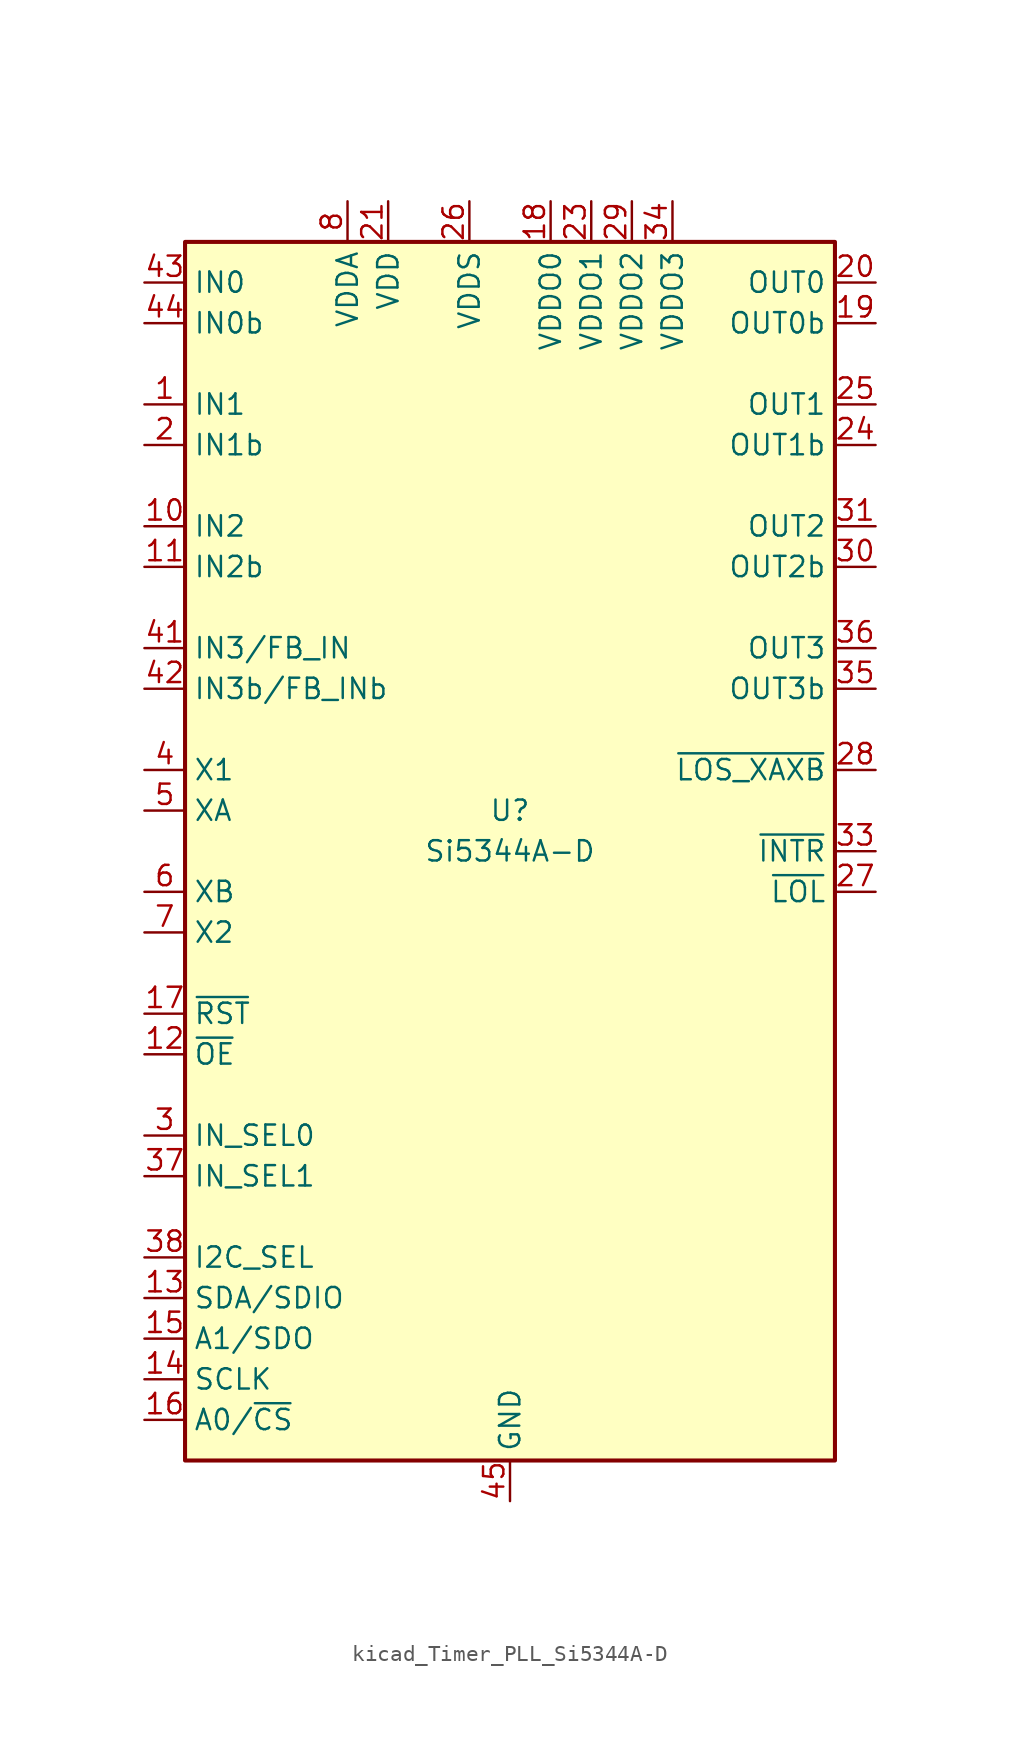
<source format=kicad_sym>
(kicad_symbol_lib
  (version 20220914)
  (generator kicad_symbol_editor)
  (symbol "kicad_Timer_PLL_Si5344A-D"
    (property "Reference" "U"
      (at 0 2.54 0)
      (effects (font (size 1.27 1.27))))
    (property "Value" "Si5344A-D"
      (at 0 0 0)
      (effects (font (size 1.27 1.27))))
    (symbol "kicad_Timer_PLL_Si5344A-D_0_1"
      (rectangle (start -20.32 38.1) (end 20.32 -38.1) (stroke (width 0.254) (type default)) (fill (type background))))
    (symbol "kicad_Timer_PLL_Si5344A-D_1_1"
      (pin input line (at -22.86 27.94 0) (length 2.54) (name "IN1" (effects (font (size 1.27 1.27)))) (number "1" (effects (font (size 1.27 1.27)))))
      (pin input line (at -22.86 20.32 0) (length 2.54) (name "IN2" (effects (font (size 1.27 1.27)))) (number "10" (effects (font (size 1.27 1.27)))))
      (pin input line (at -22.86 17.78 0) (length 2.54) (name "IN2b" (effects (font (size 1.27 1.27)))) (number "11" (effects (font (size 1.27 1.27)))))
      (pin input line (at -22.86 -12.7 0) (length 2.54) (name "~{OE}" (effects (font (size 1.27 1.27)))) (number "12" (effects (font (size 1.27 1.27)))))
      (pin bidirectional line (at -22.86 -27.94 0) (length 2.54) (name "SDA/SDIO" (effects (font (size 1.27 1.27)))) (number "13" (effects (font (size 1.27 1.27)))))
      (pin input line (at -22.86 -33.02 0) (length 2.54) (name "SCLK" (effects (font (size 1.27 1.27)))) (number "14" (effects (font (size 1.27 1.27)))))
      (pin bidirectional line (at -22.86 -30.48 0) (length 2.54) (name "A1/SDO" (effects (font (size 1.27 1.27)))) (number "15" (effects (font (size 1.27 1.27)))))
      (pin input line (at -22.86 -35.56 0) (length 2.54) (name "A0/~{CS}" (effects (font (size 1.27 1.27)))) (number "16" (effects (font (size 1.27 1.27)))))
      (pin input line (at -22.86 -10.16 0) (length 2.54) (name "~{RST}" (effects (font (size 1.27 1.27)))) (number "17" (effects (font (size 1.27 1.27)))))
      (pin power_in line (at 2.54 40.64 270) (length 2.54) (name "VDDO0" (effects (font (size 1.27 1.27)))) (number "18" (effects (font (size 1.27 1.27)))))
      (pin output line (at 22.86 33.02 180) (length 2.54) (name "OUT0b" (effects (font (size 1.27 1.27)))) (number "19" (effects (font (size 1.27 1.27)))))
      (pin input line (at -22.86 25.4 0) (length 2.54) (name "IN1b" (effects (font (size 1.27 1.27)))) (number "2" (effects (font (size 1.27 1.27)))))
      (pin output line (at 22.86 35.56 180) (length 2.54) (name "OUT0" (effects (font (size 1.27 1.27)))) (number "20" (effects (font (size 1.27 1.27)))))
      (pin power_in line (at -7.62 40.64 270) (length 2.54) (name "VDD" (effects (font (size 1.27 1.27)))) (number "21" (effects (font (size 1.27 1.27)))))
      (pin no_connect line (at 20.32 -35.56 180) (length 2.54) hide (name "NC" (effects (font (size 1.27 1.27)))) (number "22" (effects (font (size 1.27 1.27)))))
      (pin power_in line (at 5.08 40.64 270) (length 2.54) (name "VDDO1" (effects (font (size 1.27 1.27)))) (number "23" (effects (font (size 1.27 1.27)))))
      (pin output line (at 22.86 25.4 180) (length 2.54) (name "OUT1b" (effects (font (size 1.27 1.27)))) (number "24" (effects (font (size 1.27 1.27)))))
      (pin output line (at 22.86 27.94 180) (length 2.54) (name "OUT1" (effects (font (size 1.27 1.27)))) (number "25" (effects (font (size 1.27 1.27)))))
      (pin power_in line (at -2.54 40.64 270) (length 2.54) (name "VDDS" (effects (font (size 1.27 1.27)))) (number "26" (effects (font (size 1.27 1.27)))))
      (pin output line (at 22.86 -2.54 180) (length 2.54) (name "~{LOL}" (effects (font (size 1.27 1.27)))) (number "27" (effects (font (size 1.27 1.27)))))
      (pin output line (at 22.86 5.08 180) (length 2.54) (name "~{LOS_XAXB}" (effects (font (size 1.27 1.27)))) (number "28" (effects (font (size 1.27 1.27)))))
      (pin power_in line (at 7.62 40.64 270) (length 2.54) (name "VDDO2" (effects (font (size 1.27 1.27)))) (number "29" (effects (font (size 1.27 1.27)))))
      (pin input line (at -22.86 -17.78 0) (length 2.54) (name "IN_SEL0" (effects (font (size 1.27 1.27)))) (number "3" (effects (font (size 1.27 1.27)))))
      (pin output line (at 22.86 17.78 180) (length 2.54) (name "OUT2b" (effects (font (size 1.27 1.27)))) (number "30" (effects (font (size 1.27 1.27)))))
      (pin output line (at 22.86 20.32 180) (length 2.54) (name "OUT2" (effects (font (size 1.27 1.27)))) (number "31" (effects (font (size 1.27 1.27)))))
      (pin passive line (at -7.62 40.64 270) (length 2.54) hide (name "VDD" (effects (font (size 1.27 1.27)))) (number "32" (effects (font (size 1.27 1.27)))))
      (pin output line (at 22.86 0 180) (length 2.54) (name "~{INTR}" (effects (font (size 1.27 1.27)))) (number "33" (effects (font (size 1.27 1.27)))))
      (pin power_in line (at 10.16 40.64 270) (length 2.54) (name "VDDO3" (effects (font (size 1.27 1.27)))) (number "34" (effects (font (size 1.27 1.27)))))
      (pin output line (at 22.86 10.16 180) (length 2.54) (name "OUT3b" (effects (font (size 1.27 1.27)))) (number "35" (effects (font (size 1.27 1.27)))))
      (pin output line (at 22.86 12.7 180) (length 2.54) (name "OUT3" (effects (font (size 1.27 1.27)))) (number "36" (effects (font (size 1.27 1.27)))))
      (pin input line (at -22.86 -20.32 0) (length 2.54) (name "IN_SEL1" (effects (font (size 1.27 1.27)))) (number "37" (effects (font (size 1.27 1.27)))))
      (pin input line (at -22.86 -25.4 0) (length 2.54) (name "I2C_SEL" (effects (font (size 1.27 1.27)))) (number "38" (effects (font (size 1.27 1.27)))))
      (pin passive line (at -7.62 40.64 270) (length 2.54) hide (name "VDD" (effects (font (size 1.27 1.27)))) (number "39" (effects (font (size 1.27 1.27)))))
      (pin input line (at -22.86 5.08 0) (length 2.54) (name "X1" (effects (font (size 1.27 1.27)))) (number "4" (effects (font (size 1.27 1.27)))))
      (pin passive line (at -7.62 40.64 270) (length 2.54) hide (name "VDD" (effects (font (size 1.27 1.27)))) (number "40" (effects (font (size 1.27 1.27)))))
      (pin input line (at -22.86 12.7 0) (length 2.54) (name "IN3/FB_IN" (effects (font (size 1.27 1.27)))) (number "41" (effects (font (size 1.27 1.27)))))
      (pin input line (at -22.86 10.16 0) (length 2.54) (name "IN3b/FB_INb" (effects (font (size 1.27 1.27)))) (number "42" (effects (font (size 1.27 1.27)))))
      (pin input line (at -22.86 35.56 0) (length 2.54) (name "IN0" (effects (font (size 1.27 1.27)))) (number "43" (effects (font (size 1.27 1.27)))))
      (pin input line (at -22.86 33.02 0) (length 2.54) (name "IN0b" (effects (font (size 1.27 1.27)))) (number "44" (effects (font (size 1.27 1.27)))))
      (pin power_in line (at 0 -40.64 90) (length 2.54) (name "GND" (effects (font (size 1.27 1.27)))) (number "45" (effects (font (size 1.27 1.27)))))
      (pin input line (at -22.86 2.54 0) (length 2.54) (name "XA" (effects (font (size 1.27 1.27)))) (number "5" (effects (font (size 1.27 1.27)))))
      (pin input line (at -22.86 -2.54 0) (length 2.54) (name "XB" (effects (font (size 1.27 1.27)))) (number "6" (effects (font (size 1.27 1.27)))))
      (pin input line (at -22.86 -5.08 0) (length 2.54) (name "X2" (effects (font (size 1.27 1.27)))) (number "7" (effects (font (size 1.27 1.27)))))
      (pin power_in line (at -10.16 40.64 270) (length 2.54) (name "VDDA" (effects (font (size 1.27 1.27)))) (number "8" (effects (font (size 1.27 1.27)))))
      (pin passive line (at -10.16 40.64 270) (length 2.54) hide (name "VDDA" (effects (font (size 1.27 1.27)))) (number "9" (effects (font (size 1.27 1.27))))))))
</source>
